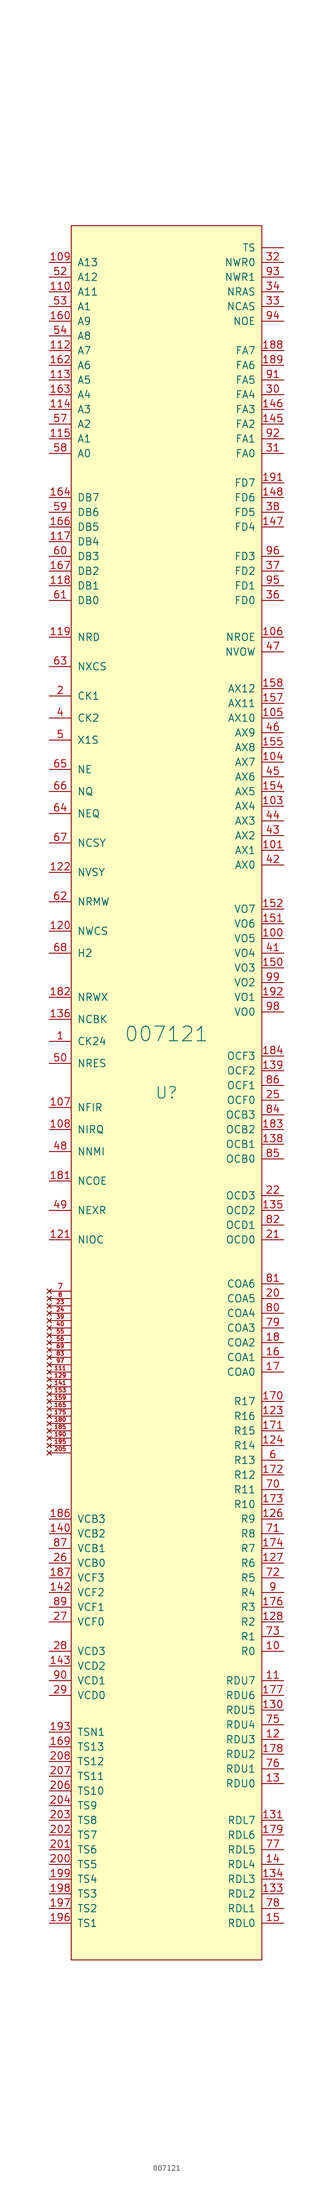
<source format=kicad_sym>
(kicad_symbol_lib
  (version 20211014)
  (generator kicad_symbol_editor)
  (symbol "007121"
    (pin_names
      (offset 1.016))
    (property "Reference" "U"
      (at 16.51 -149.86 0)
      (effects (font (size 2.007 2.007))))
    (property "Value" "007121"
      (at 16.51 -139.7 0)
      (effects (font (size 2.54 2.54))))
    (symbol "007121_0_0"
      (rectangle (start 0 0) (end 33.02 -299.72) (stroke (width 0) (type default) (color 0 0 0 0)) (fill (type background))))
    (symbol "007121_1_1"
      (pin input line (at -3.81 -140.97 0) (length 3.81) (name "CK24" (effects (font (size 1.27 1.27)))) (number "1" (effects (font (size 1.27 1.27)))))
      (pin input line (at 36.83 -246.38 180) (length 3.81) (name "R0" (effects (font (size 1.27 1.27)))) (number "10" (effects (font (size 1.27 1.27)))))
      (pin input line (at 36.83 -123.19 180) (length 3.81) (name "VO5" (effects (font (size 1.27 1.27)))) (number "100" (effects (font (size 1.27 1.27)))))
      (pin input line (at 36.83 -107.95 180) (length 3.81) (name "AX1" (effects (font (size 1.27 1.27)))) (number "101" (effects (font (size 1.27 1.27)))))
      (pin input line (at 17.78 3.81 270) (length 3.81) hide (name "VCC" (effects (font (size 1.27 1.27)))) (number "102" (effects (font (size 1.27 1.27)))))
      (pin input line (at 36.83 -100.33 180) (length 3.81) (name "AX4" (effects (font (size 1.27 1.27)))) (number "103" (effects (font (size 1.27 1.27)))))
      (pin input line (at 36.83 -92.71 180) (length 3.81) (name "AX7" (effects (font (size 1.27 1.27)))) (number "104" (effects (font (size 1.27 1.27)))))
      (pin input line (at 36.83 -85.09 180) (length 3.81) (name "AX10" (effects (font (size 1.27 1.27)))) (number "105" (effects (font (size 1.27 1.27)))))
      (pin input line (at 36.83 -71.12 180) (length 3.81) (name "NROE" (effects (font (size 1.27 1.27)))) (number "106" (effects (font (size 1.27 1.27)))))
      (pin input line (at -3.81 -152.4 0) (length 3.81) (name "NFIR" (effects (font (size 1.27 1.27)))) (number "107" (effects (font (size 1.27 1.27)))))
      (pin input line (at -3.81 -156.21 0) (length 3.81) (name "NIRQ" (effects (font (size 1.27 1.27)))) (number "108" (effects (font (size 1.27 1.27)))))
      (pin input line (at -3.81 -6.35 0) (length 3.81) (name "A13" (effects (font (size 1.27 1.27)))) (number "109" (effects (font (size 1.27 1.27)))))
      (pin input line (at 36.83 -251.46 180) (length 3.81) (name "RDU7" (effects (font (size 1.27 1.27)))) (number "11" (effects (font (size 1.27 1.27)))))
      (pin input line (at -3.81 -11.43 0) (length 3.81) (name "A11" (effects (font (size 1.27 1.27)))) (number "110" (effects (font (size 1.27 1.27)))))
      (pin no_connect line (at -3.81 -198.12 0) (length 3.81) (name "~" (effects (font (size 1.27 1.27)))) (number "111" (effects (font (size 0.711 0.711)))))
      (pin input line (at -3.81 -21.59 0) (length 3.81) (name "A7" (effects (font (size 1.27 1.27)))) (number "112" (effects (font (size 1.27 1.27)))))
      (pin input line (at -3.81 -26.67 0) (length 3.81) (name "A5" (effects (font (size 1.27 1.27)))) (number "113" (effects (font (size 1.27 1.27)))))
      (pin input line (at -3.81 -31.75 0) (length 3.81) (name "A3" (effects (font (size 1.27 1.27)))) (number "114" (effects (font (size 1.27 1.27)))))
      (pin input line (at -3.81 -36.83 0) (length 3.81) (name "A1" (effects (font (size 1.27 1.27)))) (number "115" (effects (font (size 1.27 1.27)))))
      (pin input line (at 20.32 3.81 270) (length 3.81) hide (name "VCC" (effects (font (size 1.27 1.27)))) (number "116" (effects (font (size 1.27 1.27)))))
      (pin input line (at -3.81 -54.61 0) (length 3.81) (name "DB4" (effects (font (size 1.27 1.27)))) (number "117" (effects (font (size 1.27 1.27)))))
      (pin input line (at -3.81 -62.23 0) (length 3.81) (name "DB1" (effects (font (size 1.27 1.27)))) (number "118" (effects (font (size 1.27 1.27)))))
      (pin input line (at -3.81 -71.12 0) (length 3.81) (name "NRD" (effects (font (size 1.27 1.27)))) (number "119" (effects (font (size 1.27 1.27)))))
      (pin input line (at 36.83 -261.62 180) (length 3.81) (name "RDU3" (effects (font (size 1.27 1.27)))) (number "12" (effects (font (size 1.27 1.27)))))
      (pin input line (at -3.81 -121.92 0) (length 3.81) (name "NWCS" (effects (font (size 1.27 1.27)))) (number "120" (effects (font (size 1.27 1.27)))))
      (pin input line (at -3.81 -175.26 0) (length 3.81) (name "NIOC" (effects (font (size 1.27 1.27)))) (number "121" (effects (font (size 1.27 1.27)))))
      (pin input line (at -3.81 -111.76 0) (length 3.81) (name "NVSY" (effects (font (size 1.27 1.27)))) (number "122" (effects (font (size 1.27 1.27)))))
      (pin input line (at 36.83 -205.74 180) (length 3.81) (name "R16" (effects (font (size 1.27 1.27)))) (number "123" (effects (font (size 1.27 1.27)))))
      (pin input line (at 36.83 -210.82 180) (length 3.81) (name "R14" (effects (font (size 1.27 1.27)))) (number "124" (effects (font (size 1.27 1.27)))))
      (pin input line (at 2.54 -303.53 90) (length 3.81) hide (name "GND" (effects (font (size 1.27 1.27)))) (number "125" (effects (font (size 1.27 1.27)))))
      (pin input line (at 36.83 -223.52 180) (length 3.81) (name "R9" (effects (font (size 1.27 1.27)))) (number "126" (effects (font (size 1.27 1.27)))))
      (pin input line (at 36.83 -231.14 180) (length 3.81) (name "R6" (effects (font (size 1.27 1.27)))) (number "127" (effects (font (size 1.27 1.27)))))
      (pin input line (at 36.83 -241.3 180) (length 3.81) (name "R2" (effects (font (size 1.27 1.27)))) (number "128" (effects (font (size 1.27 1.27)))))
      (pin no_connect line (at -3.81 -199.39 0) (length 3.81) (name "~" (effects (font (size 1.27 1.27)))) (number "129" (effects (font (size 0.711 0.711)))))
      (pin input line (at 36.83 -269.24 180) (length 3.81) (name "RDU0" (effects (font (size 1.27 1.27)))) (number "13" (effects (font (size 1.27 1.27)))))
      (pin input line (at 36.83 -256.54 180) (length 3.81) (name "RDU5" (effects (font (size 1.27 1.27)))) (number "130" (effects (font (size 1.27 1.27)))))
      (pin input line (at 36.83 -275.59 180) (length 3.81) (name "RDL7" (effects (font (size 1.27 1.27)))) (number "131" (effects (font (size 1.27 1.27)))))
      (pin input line (at 6.35 -303.53 90) (length 3.81) hide (name "GND" (effects (font (size 1.27 1.27)))) (number "132" (effects (font (size 1.27 1.27)))))
      (pin input line (at 36.83 -288.29 180) (length 3.81) (name "RDL2" (effects (font (size 1.27 1.27)))) (number "133" (effects (font (size 1.27 1.27)))))
      (pin input line (at 36.83 -285.75 180) (length 3.81) (name "RDL3" (effects (font (size 1.27 1.27)))) (number "134" (effects (font (size 1.27 1.27)))))
      (pin input line (at 36.83 -170.18 180) (length 3.81) (name "OCD2" (effects (font (size 1.27 1.27)))) (number "135" (effects (font (size 1.27 1.27)))))
      (pin input line (at -3.81 -137.16 0) (length 3.81) (name "NCBK" (effects (font (size 1.27 1.27)))) (number "136" (effects (font (size 1.27 1.27)))))
      (pin input line (at 10.16 -303.53 90) (length 3.81) hide (name "GND" (effects (font (size 1.27 1.27)))) (number "137" (effects (font (size 1.27 1.27)))))
      (pin input line (at 36.83 -158.75 180) (length 3.81) (name "OCB1" (effects (font (size 1.27 1.27)))) (number "138" (effects (font (size 1.27 1.27)))))
      (pin input line (at 36.83 -146.05 180) (length 3.81) (name "OCF2" (effects (font (size 1.27 1.27)))) (number "139" (effects (font (size 1.27 1.27)))))
      (pin input line (at 36.83 -283.21 180) (length 3.81) (name "RDL4" (effects (font (size 1.27 1.27)))) (number "14" (effects (font (size 1.27 1.27)))))
      (pin input line (at -3.81 -226.06 0) (length 3.81) (name "VCB2" (effects (font (size 1.27 1.27)))) (number "140" (effects (font (size 1.27 1.27)))))
      (pin no_connect line (at -3.81 -200.66 0) (length 3.81) (name "~" (effects (font (size 1.27 1.27)))) (number "141" (effects (font (size 0.711 0.711)))))
      (pin input line (at -3.81 -236.22 0) (length 3.81) (name "VCF2" (effects (font (size 1.27 1.27)))) (number "142" (effects (font (size 1.27 1.27)))))
      (pin input line (at -3.81 -248.92 0) (length 3.81) (name "VCD2" (effects (font (size 1.27 1.27)))) (number "143" (effects (font (size 1.27 1.27)))))
      (pin input line (at 13.97 -303.53 90) (length 3.81) hide (name "GND" (effects (font (size 1.27 1.27)))) (number "144" (effects (font (size 1.27 1.27)))))
      (pin input line (at 36.83 -34.29 180) (length 3.81) (name "FA2" (effects (font (size 1.27 1.27)))) (number "145" (effects (font (size 1.27 1.27)))))
      (pin input line (at 36.83 -31.75 180) (length 3.81) (name "FA3" (effects (font (size 1.27 1.27)))) (number "146" (effects (font (size 1.27 1.27)))))
      (pin input line (at 36.83 -52.07 180) (length 3.81) (name "FD4" (effects (font (size 1.27 1.27)))) (number "147" (effects (font (size 1.27 1.27)))))
      (pin input line (at 36.83 -46.99 180) (length 3.81) (name "FD6" (effects (font (size 1.27 1.27)))) (number "148" (effects (font (size 1.27 1.27)))))
      (pin input line (at 19.05 -303.53 90) (length 3.81) hide (name "GND" (effects (font (size 1.27 1.27)))) (number "149" (effects (font (size 1.27 1.27)))))
      (pin input line (at 36.83 -293.37 180) (length 3.81) (name "RDL0" (effects (font (size 1.27 1.27)))) (number "15" (effects (font (size 1.27 1.27)))))
      (pin input line (at 36.83 -128.27 180) (length 3.81) (name "VO3" (effects (font (size 1.27 1.27)))) (number "150" (effects (font (size 1.27 1.27)))))
      (pin input line (at 36.83 -120.65 180) (length 3.81) (name "VO6" (effects (font (size 1.27 1.27)))) (number "151" (effects (font (size 1.27 1.27)))))
      (pin input line (at 36.83 -118.11 180) (length 3.81) (name "VO7" (effects (font (size 1.27 1.27)))) (number "152" (effects (font (size 1.27 1.27)))))
      (pin no_connect line (at -3.81 -201.93 0) (length 3.81) (name "~" (effects (font (size 1.27 1.27)))) (number "153" (effects (font (size 0.711 0.711)))))
      (pin input line (at 36.83 -97.79 180) (length 3.81) (name "AX5" (effects (font (size 1.27 1.27)))) (number "154" (effects (font (size 1.27 1.27)))))
      (pin input line (at 36.83 -90.17 180) (length 3.81) (name "AX8" (effects (font (size 1.27 1.27)))) (number "155" (effects (font (size 1.27 1.27)))))
      (pin input line (at 22.86 -303.53 90) (length 3.81) hide (name "GND" (effects (font (size 1.27 1.27)))) (number "156" (effects (font (size 1.27 1.27)))))
      (pin input line (at 36.83 -82.55 180) (length 3.81) (name "AX11" (effects (font (size 1.27 1.27)))) (number "157" (effects (font (size 1.27 1.27)))))
      (pin input line (at 36.83 -80.01 180) (length 3.81) (name "AX12" (effects (font (size 1.27 1.27)))) (number "158" (effects (font (size 1.27 1.27)))))
      (pin no_connect line (at -3.81 -203.2 0) (length 3.81) (name "~" (effects (font (size 1.27 1.27)))) (number "159" (effects (font (size 0.711 0.711)))))
      (pin input line (at 36.83 -195.58 180) (length 3.81) (name "COA1" (effects (font (size 1.27 1.27)))) (number "16" (effects (font (size 1.27 1.27)))))
      (pin input line (at -3.81 -16.51 0) (length 3.81) (name "A9" (effects (font (size 1.27 1.27)))) (number "160" (effects (font (size 1.27 1.27)))))
      (pin input line (at 26.67 -303.53 90) (length 3.81) hide (name "GND" (effects (font (size 1.27 1.27)))) (number "161" (effects (font (size 1.27 1.27)))))
      (pin input line (at -3.81 -24.13 0) (length 3.81) (name "A6" (effects (font (size 1.27 1.27)))) (number "162" (effects (font (size 1.27 1.27)))))
      (pin input line (at -3.81 -29.21 0) (length 3.81) (name "A4" (effects (font (size 1.27 1.27)))) (number "163" (effects (font (size 1.27 1.27)))))
      (pin input line (at -3.81 -46.99 0) (length 3.81) (name "DB7" (effects (font (size 1.27 1.27)))) (number "164" (effects (font (size 1.27 1.27)))))
      (pin no_connect line (at -3.81 -204.47 0) (length 3.81) (name "~" (effects (font (size 1.27 1.27)))) (number "165" (effects (font (size 0.711 0.711)))))
      (pin input line (at -3.81 -52.07 0) (length 3.81) (name "DB5" (effects (font (size 1.27 1.27)))) (number "166" (effects (font (size 1.27 1.27)))))
      (pin input line (at -3.81 -59.69 0) (length 3.81) (name "DB2" (effects (font (size 1.27 1.27)))) (number "167" (effects (font (size 1.27 1.27)))))
      (pin input line (at 30.48 -303.53 90) (length 3.81) hide (name "GND" (effects (font (size 1.27 1.27)))) (number "168" (effects (font (size 1.27 1.27)))))
      (pin input line (at -3.81 -262.89 0) (length 3.81) (name "TS13" (effects (font (size 1.27 1.27)))) (number "169" (effects (font (size 1.27 1.27)))))
      (pin input line (at 36.83 -198.12 180) (length 3.81) (name "COA0" (effects (font (size 1.27 1.27)))) (number "17" (effects (font (size 1.27 1.27)))))
      (pin input line (at 36.83 -203.2 180) (length 3.81) (name "R17" (effects (font (size 1.27 1.27)))) (number "170" (effects (font (size 1.27 1.27)))))
      (pin input line (at 36.83 -208.28 180) (length 3.81) (name "R15" (effects (font (size 1.27 1.27)))) (number "171" (effects (font (size 1.27 1.27)))))
      (pin input line (at 36.83 -215.9 180) (length 3.81) (name "R12" (effects (font (size 1.27 1.27)))) (number "172" (effects (font (size 1.27 1.27)))))
      (pin input line (at 36.83 -220.98 180) (length 3.81) (name "R10" (effects (font (size 1.27 1.27)))) (number "173" (effects (font (size 1.27 1.27)))))
      (pin input line (at 36.83 -228.6 180) (length 3.81) (name "R7" (effects (font (size 1.27 1.27)))) (number "174" (effects (font (size 1.27 1.27)))))
      (pin no_connect line (at -3.81 -205.74 0) (length 3.81) (name "~" (effects (font (size 1.27 1.27)))) (number "175" (effects (font (size 0.711 0.711)))))
      (pin input line (at 36.83 -238.76 180) (length 3.81) (name "R3" (effects (font (size 1.27 1.27)))) (number "176" (effects (font (size 1.27 1.27)))))
      (pin input line (at 36.83 -254 180) (length 3.81) (name "RDU6" (effects (font (size 1.27 1.27)))) (number "177" (effects (font (size 1.27 1.27)))))
      (pin input line (at 36.83 -264.16 180) (length 3.81) (name "RDU2" (effects (font (size 1.27 1.27)))) (number "178" (effects (font (size 1.27 1.27)))))
      (pin input line (at 36.83 -278.13 180) (length 3.81) (name "RDL6" (effects (font (size 1.27 1.27)))) (number "179" (effects (font (size 1.27 1.27)))))
      (pin input line (at 36.83 -193.04 180) (length 3.81) (name "COA2" (effects (font (size 1.27 1.27)))) (number "18" (effects (font (size 1.27 1.27)))))
      (pin no_connect line (at -3.81 -207.01 0) (length 3.81) (name "~" (effects (font (size 1.27 1.27)))) (number "180" (effects (font (size 0.711 0.711)))))
      (pin input line (at -3.81 -165.1 0) (length 3.81) (name "NCOE" (effects (font (size 1.27 1.27)))) (number "181" (effects (font (size 1.27 1.27)))))
      (pin input line (at -3.81 -133.35 0) (length 3.81) (name "NRWX" (effects (font (size 1.27 1.27)))) (number "182" (effects (font (size 1.27 1.27)))))
      (pin input line (at 36.83 -156.21 180) (length 3.81) (name "OCB2" (effects (font (size 1.27 1.27)))) (number "183" (effects (font (size 1.27 1.27)))))
      (pin input line (at 36.83 -143.51 180) (length 3.81) (name "OCF3" (effects (font (size 1.27 1.27)))) (number "184" (effects (font (size 1.27 1.27)))))
      (pin no_connect line (at -3.81 -208.28 0) (length 3.81) (name "~" (effects (font (size 1.27 1.27)))) (number "185" (effects (font (size 0.711 0.711)))))
      (pin input line (at -3.81 -223.52 0) (length 3.81) (name "VCB3" (effects (font (size 1.27 1.27)))) (number "186" (effects (font (size 1.27 1.27)))))
      (pin input line (at -3.81 -233.68 0) (length 3.81) (name "VCF3" (effects (font (size 1.27 1.27)))) (number "187" (effects (font (size 1.27 1.27)))))
      (pin input line (at 36.83 -21.59 180) (length 3.81) (name "FA7" (effects (font (size 1.27 1.27)))) (number "188" (effects (font (size 1.27 1.27)))))
      (pin input line (at 36.83 -24.13 180) (length 3.81) (name "FA6" (effects (font (size 1.27 1.27)))) (number "189" (effects (font (size 1.27 1.27)))))
      (pin input line (at 5.08 3.81 270) (length 3.81) hide (name "VCC" (effects (font (size 1.27 1.27)))) (number "19" (effects (font (size 1.27 1.27)))))
      (pin no_connect line (at -3.81 -209.55 0) (length 3.81) (name "~" (effects (font (size 1.27 1.27)))) (number "190" (effects (font (size 0.711 0.711)))))
      (pin input line (at 36.83 -44.45 180) (length 3.81) (name "FD7" (effects (font (size 1.27 1.27)))) (number "191" (effects (font (size 1.27 1.27)))))
      (pin input line (at 36.83 -133.35 180) (length 3.81) (name "VO1" (effects (font (size 1.27 1.27)))) (number "192" (effects (font (size 1.27 1.27)))))
      (pin input line (at -3.81 -260.35 0) (length 3.81) (name "TSN1" (effects (font (size 1.27 1.27)))) (number "193" (effects (font (size 1.27 1.27)))))
      (pin input line (at 27.94 3.81 270) (length 3.81) hide (name "VCC" (effects (font (size 1.27 1.27)))) (number "194" (effects (font (size 1.27 1.27)))))
      (pin no_connect line (at -3.81 -210.82 0) (length 3.81) (name "~" (effects (font (size 1.27 1.27)))) (number "195" (effects (font (size 0.711 0.711)))))
      (pin input line (at -3.81 -293.37 0) (length 3.81) (name "TS1" (effects (font (size 1.27 1.27)))) (number "196" (effects (font (size 1.27 1.27)))))
      (pin input line (at -3.81 -290.83 0) (length 3.81) (name "TS2" (effects (font (size 1.27 1.27)))) (number "197" (effects (font (size 1.27 1.27)))))
      (pin input line (at -3.81 -288.29 0) (length 3.81) (name "TS3" (effects (font (size 1.27 1.27)))) (number "198" (effects (font (size 1.27 1.27)))))
      (pin input line (at -3.81 -285.75 0) (length 3.81) (name "TS4" (effects (font (size 1.27 1.27)))) (number "199" (effects (font (size 1.27 1.27)))))
      (pin input line (at -3.81 -81.28 0) (length 3.81) (name "CK1" (effects (font (size 1.27 1.27)))) (number "2" (effects (font (size 1.27 1.27)))))
      (pin input line (at 36.83 -185.42 180) (length 3.81) (name "COA5" (effects (font (size 1.27 1.27)))) (number "20" (effects (font (size 1.27 1.27)))))
      (pin input line (at -3.81 -283.21 0) (length 3.81) (name "TS5" (effects (font (size 1.27 1.27)))) (number "200" (effects (font (size 1.27 1.27)))))
      (pin input line (at -3.81 -280.67 0) (length 3.81) (name "TS6" (effects (font (size 1.27 1.27)))) (number "201" (effects (font (size 1.27 1.27)))))
      (pin input line (at -3.81 -278.13 0) (length 3.81) (name "TS7" (effects (font (size 1.27 1.27)))) (number "202" (effects (font (size 1.27 1.27)))))
      (pin input line (at -3.81 -275.59 0) (length 3.81) (name "TS8" (effects (font (size 1.27 1.27)))) (number "203" (effects (font (size 1.27 1.27)))))
      (pin input line (at -3.81 -273.05 0) (length 3.81) (name "TS9" (effects (font (size 1.27 1.27)))) (number "204" (effects (font (size 1.27 1.27)))))
      (pin no_connect line (at -3.81 -212.09 0) (length 3.81) (name "~" (effects (font (size 1.27 1.27)))) (number "205" (effects (font (size 0.711 0.711)))))
      (pin input line (at -3.81 -270.51 0) (length 3.81) (name "TS10" (effects (font (size 1.27 1.27)))) (number "206" (effects (font (size 1.27 1.27)))))
      (pin input line (at -3.81 -267.97 0) (length 3.81) (name "TS11" (effects (font (size 1.27 1.27)))) (number "207" (effects (font (size 1.27 1.27)))))
      (pin input line (at -3.81 -265.43 0) (length 3.81) (name "TS12" (effects (font (size 1.27 1.27)))) (number "208" (effects (font (size 1.27 1.27)))))
      (pin input line (at 36.83 -175.26 180) (length 3.81) (name "OCD0" (effects (font (size 1.27 1.27)))) (number "21" (effects (font (size 1.27 1.27)))))
      (pin input line (at 36.83 -167.64 180) (length 3.81) (name "OCD3" (effects (font (size 1.27 1.27)))) (number "22" (effects (font (size 1.27 1.27)))))
      (pin no_connect line (at -3.81 -186.69 0) (length 3.81) (name "~" (effects (font (size 1.27 1.27)))) (number "23" (effects (font (size 0.711 0.711)))))
      (pin no_connect line (at -3.81 -187.96 0) (length 3.81) (name "~" (effects (font (size 1.27 1.27)))) (number "24" (effects (font (size 0.711 0.711)))))
      (pin input line (at 36.83 -151.13 180) (length 3.81) (name "OCF0" (effects (font (size 1.27 1.27)))) (number "25" (effects (font (size 1.27 1.27)))))
      (pin input line (at -3.81 -231.14 0) (length 3.81) (name "VCB0" (effects (font (size 1.27 1.27)))) (number "26" (effects (font (size 1.27 1.27)))))
      (pin input line (at -3.81 -241.3 0) (length 3.81) (name "VCF0" (effects (font (size 1.27 1.27)))) (number "27" (effects (font (size 1.27 1.27)))))
      (pin input line (at -3.81 -246.38 0) (length 3.81) (name "VCD3" (effects (font (size 1.27 1.27)))) (number "28" (effects (font (size 1.27 1.27)))))
      (pin input line (at -3.81 -254 0) (length 3.81) (name "VCD0" (effects (font (size 1.27 1.27)))) (number "29" (effects (font (size 1.27 1.27)))))
      (pin input line (at 2.54 3.81 270) (length 3.81) hide (name "VCC" (effects (font (size 1.27 1.27)))) (number "3" (effects (font (size 1.27 1.27)))))
      (pin input line (at 36.83 -29.21 180) (length 3.81) (name "FA4" (effects (font (size 1.27 1.27)))) (number "30" (effects (font (size 1.27 1.27)))))
      (pin input line (at 36.83 -39.37 180) (length 3.81) (name "FA0" (effects (font (size 1.27 1.27)))) (number "31" (effects (font (size 1.27 1.27)))))
      (pin input line (at 36.83 -6.35 180) (length 3.81) (name "NWR0" (effects (font (size 1.27 1.27)))) (number "32" (effects (font (size 1.27 1.27)))))
      (pin input line (at 36.83 -13.97 180) (length 3.81) (name "NCAS" (effects (font (size 1.27 1.27)))) (number "33" (effects (font (size 1.27 1.27)))))
      (pin input line (at 36.83 -11.43 180) (length 3.81) (name "NRAS" (effects (font (size 1.27 1.27)))) (number "34" (effects (font (size 1.27 1.27)))))
      (pin input line (at 7.62 3.81 270) (length 3.81) hide (name "VCC" (effects (font (size 1.27 1.27)))) (number "35" (effects (font (size 1.27 1.27)))))
      (pin input line (at 36.83 -64.77 180) (length 3.81) (name "FD0" (effects (font (size 1.27 1.27)))) (number "36" (effects (font (size 1.27 1.27)))))
      (pin input line (at 36.83 -59.69 180) (length 3.81) (name "FD2" (effects (font (size 1.27 1.27)))) (number "37" (effects (font (size 1.27 1.27)))))
      (pin input line (at 36.83 -49.53 180) (length 3.81) (name "FD5" (effects (font (size 1.27 1.27)))) (number "38" (effects (font (size 1.27 1.27)))))
      (pin no_connect line (at -3.81 -189.23 0) (length 3.81) (name "~" (effects (font (size 1.27 1.27)))) (number "39" (effects (font (size 0.711 0.711)))))
      (pin input line (at -3.81 -85.09 0) (length 3.81) (name "CK2" (effects (font (size 1.27 1.27)))) (number "4" (effects (font (size 1.27 1.27)))))
      (pin no_connect line (at -3.81 -190.5 0) (length 3.81) (name "~" (effects (font (size 1.27 1.27)))) (number "40" (effects (font (size 0.711 0.711)))))
      (pin input line (at 36.83 -125.73 180) (length 3.81) (name "VO4" (effects (font (size 1.27 1.27)))) (number "41" (effects (font (size 1.27 1.27)))))
      (pin input line (at 36.83 -110.49 180) (length 3.81) (name "AX0" (effects (font (size 1.27 1.27)))) (number "42" (effects (font (size 1.27 1.27)))))
      (pin input line (at 36.83 -105.41 180) (length 3.81) (name "AX2" (effects (font (size 1.27 1.27)))) (number "43" (effects (font (size 1.27 1.27)))))
      (pin input line (at 36.83 -102.87 180) (length 3.81) (name "AX3" (effects (font (size 1.27 1.27)))) (number "44" (effects (font (size 1.27 1.27)))))
      (pin input line (at 36.83 -95.25 180) (length 3.81) (name "AX6" (effects (font (size 1.27 1.27)))) (number "45" (effects (font (size 1.27 1.27)))))
      (pin input line (at 36.83 -87.63 180) (length 3.81) (name "AX9" (effects (font (size 1.27 1.27)))) (number "46" (effects (font (size 1.27 1.27)))))
      (pin input line (at 36.83 -73.66 180) (length 3.81) (name "NVOW" (effects (font (size 1.27 1.27)))) (number "47" (effects (font (size 1.27 1.27)))))
      (pin input line (at -3.81 -160.02 0) (length 3.81) (name "NNMI" (effects (font (size 1.27 1.27)))) (number "48" (effects (font (size 1.27 1.27)))))
      (pin input line (at -3.81 -170.18 0) (length 3.81) (name "NEXR" (effects (font (size 1.27 1.27)))) (number "49" (effects (font (size 1.27 1.27)))))
      (pin input line (at -3.81 -88.9 0) (length 3.81) (name "X1S" (effects (font (size 1.27 1.27)))) (number "5" (effects (font (size 1.27 1.27)))))
      (pin input line (at -3.81 -144.78 0) (length 3.81) (name "NRES" (effects (font (size 1.27 1.27)))) (number "50" (effects (font (size 1.27 1.27)))))
      (pin input line (at 10.16 3.81 270) (length 3.81) hide (name "VCC" (effects (font (size 1.27 1.27)))) (number "51" (effects (font (size 1.27 1.27)))))
      (pin input line (at -3.81 -8.89 0) (length 3.81) (name "A12" (effects (font (size 1.27 1.27)))) (number "52" (effects (font (size 1.27 1.27)))))
      (pin input line (at -3.81 -13.97 0) (length 3.81) (name "A1" (effects (font (size 1.27 1.27)))) (number "53" (effects (font (size 1.27 1.27)))))
      (pin input line (at -3.81 -19.05 0) (length 3.81) (name "A8" (effects (font (size 1.27 1.27)))) (number "54" (effects (font (size 1.27 1.27)))))
      (pin no_connect line (at -3.81 -191.77 0) (length 3.81) (name "~" (effects (font (size 1.27 1.27)))) (number "55" (effects (font (size 0.711 0.711)))))
      (pin no_connect line (at -3.81 -193.04 0) (length 3.81) (name "~" (effects (font (size 1.27 1.27)))) (number "56" (effects (font (size 0.711 0.711)))))
      (pin input line (at -3.81 -34.29 0) (length 3.81) (name "A2" (effects (font (size 1.27 1.27)))) (number "57" (effects (font (size 1.27 1.27)))))
      (pin input line (at -3.81 -39.37 0) (length 3.81) (name "A0" (effects (font (size 1.27 1.27)))) (number "58" (effects (font (size 1.27 1.27)))))
      (pin input line (at -3.81 -49.53 0) (length 3.81) (name "DB6" (effects (font (size 1.27 1.27)))) (number "59" (effects (font (size 1.27 1.27)))))
      (pin input line (at 36.83 -213.36 180) (length 3.81) (name "R13" (effects (font (size 1.27 1.27)))) (number "6" (effects (font (size 1.27 1.27)))))
      (pin input line (at -3.81 -57.15 0) (length 3.81) (name "DB3" (effects (font (size 1.27 1.27)))) (number "60" (effects (font (size 1.27 1.27)))))
      (pin input line (at -3.81 -64.77 0) (length 3.81) (name "DB0" (effects (font (size 1.27 1.27)))) (number "61" (effects (font (size 1.27 1.27)))))
      (pin input line (at -3.81 -116.84 0) (length 3.81) (name "NRMW" (effects (font (size 1.27 1.27)))) (number "62" (effects (font (size 1.27 1.27)))))
      (pin input line (at -3.81 -76.2 0) (length 3.81) (name "NXCS" (effects (font (size 1.27 1.27)))) (number "63" (effects (font (size 1.27 1.27)))))
      (pin input line (at -3.81 -101.6 0) (length 3.81) (name "NEQ" (effects (font (size 1.27 1.27)))) (number "64" (effects (font (size 1.27 1.27)))))
      (pin input line (at -3.81 -93.98 0) (length 3.81) (name "NE" (effects (font (size 1.27 1.27)))) (number "65" (effects (font (size 1.27 1.27)))))
      (pin input line (at -3.81 -97.79 0) (length 3.81) (name "NQ" (effects (font (size 1.27 1.27)))) (number "66" (effects (font (size 1.27 1.27)))))
      (pin input line (at -3.81 -106.68 0) (length 3.81) (name "NCSY" (effects (font (size 1.27 1.27)))) (number "67" (effects (font (size 1.27 1.27)))))
      (pin input line (at -3.81 -125.73 0) (length 3.81) (name "H2" (effects (font (size 1.27 1.27)))) (number "68" (effects (font (size 1.27 1.27)))))
      (pin no_connect line (at -3.81 -194.31 0) (length 3.81) (name "~" (effects (font (size 1.27 1.27)))) (number "69" (effects (font (size 0.711 0.711)))))
      (pin no_connect line (at -3.81 -184.15 0) (length 3.81) (name "~" (effects (font (size 1.27 1.27)))) (number "7" (effects (font (size 0.991 0.991)))))
      (pin input line (at 36.83 -218.44 180) (length 3.81) (name "R11" (effects (font (size 1.27 1.27)))) (number "70" (effects (font (size 1.27 1.27)))))
      (pin input line (at 36.83 -226.06 180) (length 3.81) (name "R8" (effects (font (size 1.27 1.27)))) (number "71" (effects (font (size 1.27 1.27)))))
      (pin input line (at 36.83 -233.68 180) (length 3.81) (name "R5" (effects (font (size 1.27 1.27)))) (number "72" (effects (font (size 1.27 1.27)))))
      (pin input line (at 36.83 -243.84 180) (length 3.81) (name "R1" (effects (font (size 1.27 1.27)))) (number "73" (effects (font (size 1.27 1.27)))))
      (pin input line (at 12.7 3.81 270) (length 3.81) hide (name "VCC" (effects (font (size 1.27 1.27)))) (number "74" (effects (font (size 1.27 1.27)))))
      (pin input line (at 36.83 -259.08 180) (length 3.81) (name "RDU4" (effects (font (size 1.27 1.27)))) (number "75" (effects (font (size 1.27 1.27)))))
      (pin input line (at 36.83 -266.7 180) (length 3.81) (name "RDU1" (effects (font (size 1.27 1.27)))) (number "76" (effects (font (size 1.27 1.27)))))
      (pin input line (at 36.83 -280.67 180) (length 3.81) (name "RDL5" (effects (font (size 1.27 1.27)))) (number "77" (effects (font (size 1.27 1.27)))))
      (pin input line (at 36.83 -290.83 180) (length 3.81) (name "RDL1" (effects (font (size 1.27 1.27)))) (number "78" (effects (font (size 1.27 1.27)))))
      (pin input line (at 36.83 -190.5 180) (length 3.81) (name "COA3" (effects (font (size 1.27 1.27)))) (number "79" (effects (font (size 1.27 1.27)))))
      (pin no_connect line (at -3.81 -185.42 0) (length 3.81) (name "~" (effects (font (size 1.27 1.27)))) (number "8" (effects (font (size 0.711 0.711)))))
      (pin input line (at 36.83 -187.96 180) (length 3.81) (name "COA4" (effects (font (size 1.27 1.27)))) (number "80" (effects (font (size 1.27 1.27)))))
      (pin input line (at 36.83 -182.88 180) (length 3.81) (name "COA6" (effects (font (size 1.27 1.27)))) (number "81" (effects (font (size 1.27 1.27)))))
      (pin input line (at 36.83 -172.72 180) (length 3.81) (name "OCD1" (effects (font (size 1.27 1.27)))) (number "82" (effects (font (size 1.27 1.27)))))
      (pin no_connect line (at -3.81 -195.58 0) (length 3.81) (name "~" (effects (font (size 1.27 1.27)))) (number "83" (effects (font (size 0.711 0.711)))))
      (pin input line (at 36.83 -153.67 180) (length 3.81) (name "OCB3" (effects (font (size 1.27 1.27)))) (number "84" (effects (font (size 1.27 1.27)))))
      (pin input line (at 36.83 -161.29 180) (length 3.81) (name "OCB0" (effects (font (size 1.27 1.27)))) (number "85" (effects (font (size 1.27 1.27)))))
      (pin input line (at 36.83 -148.59 180) (length 3.81) (name "OCF1" (effects (font (size 1.27 1.27)))) (number "86" (effects (font (size 1.27 1.27)))))
      (pin input line (at -3.81 -228.6 0) (length 3.81) (name "VCB1" (effects (font (size 1.27 1.27)))) (number "87" (effects (font (size 1.27 1.27)))))
      (pin input line (at 15.24 3.81 270) (length 3.81) hide (name "VCC" (effects (font (size 1.27 1.27)))) (number "88" (effects (font (size 1.27 1.27)))))
      (pin input line (at -3.81 -238.76 0) (length 3.81) (name "VCF1" (effects (font (size 1.27 1.27)))) (number "89" (effects (font (size 1.27 1.27)))))
      (pin input line (at 36.83 -236.22 180) (length 3.81) (name "R4" (effects (font (size 1.27 1.27)))) (number "9" (effects (font (size 1.27 1.27)))))
      (pin input line (at -3.81 -251.46 0) (length 3.81) (name "VCD1" (effects (font (size 1.27 1.27)))) (number "90" (effects (font (size 1.27 1.27)))))
      (pin input line (at 36.83 -26.67 180) (length 3.81) (name "FA5" (effects (font (size 1.27 1.27)))) (number "91" (effects (font (size 1.27 1.27)))))
      (pin input line (at 36.83 -36.83 180) (length 3.81) (name "FA1" (effects (font (size 1.27 1.27)))) (number "92" (effects (font (size 1.27 1.27)))))
      (pin input line (at 36.83 -8.89 180) (length 3.81) (name "NWR1" (effects (font (size 1.27 1.27)))) (number "93" (effects (font (size 1.27 1.27)))))
      (pin input line (at 36.83 -16.51 180) (length 3.81) (name "NOE" (effects (font (size 1.27 1.27)))) (number "94" (effects (font (size 1.27 1.27)))))
      (pin input line (at 36.83 -62.23 180) (length 3.81) (name "FD1" (effects (font (size 1.27 1.27)))) (number "95" (effects (font (size 1.27 1.27)))))
      (pin input line (at 36.83 -57.15 180) (length 3.81) (name "FD3" (effects (font (size 1.27 1.27)))) (number "96" (effects (font (size 1.27 1.27)))))
      (pin no_connect line (at -3.81 -196.85 0) (length 3.81) (name "~" (effects (font (size 1.27 1.27)))) (number "97" (effects (font (size 0.711 0.711)))))
      (pin input line (at 36.83 -135.89 180) (length 3.81) (name "VO0" (effects (font (size 1.27 1.27)))) (number "98" (effects (font (size 1.27 1.27)))))
      (pin input line (at 36.83 -130.81 180) (length 3.81) (name "VO2" (effects (font (size 1.27 1.27)))) (number "99" (effects (font (size 1.27 1.27)))))
      (pin input line (at 36.83 -3.81 180) (length 3.81) (name "TS" (effects (font (size 1.27 1.27)))) (number "~" (effects (font (size 1.27 1.27))))))))
</source>
